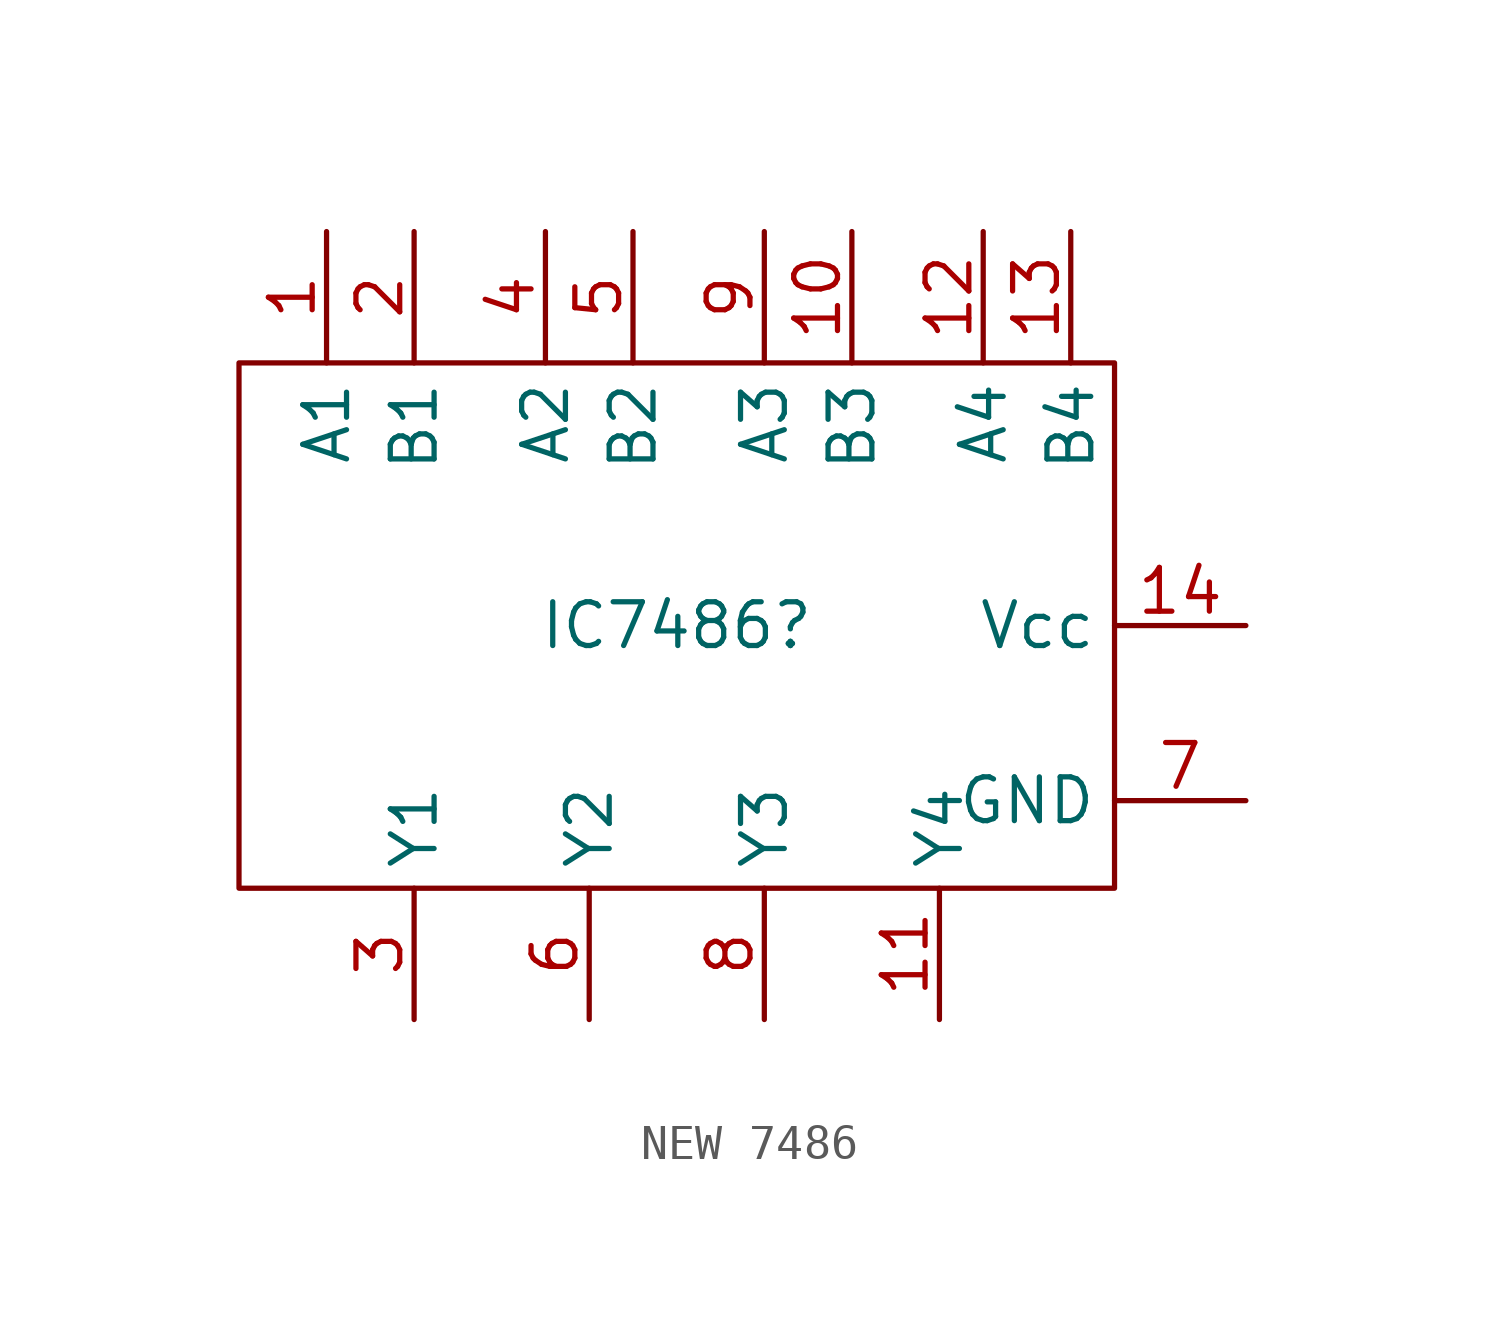
<source format=kicad_sym>
(kicad_symbol_lib
  (version 20241209)
  (generator "kicad_symbol_editor")
  (generator_version "9.0")
  (symbol "NEW 7486"
    (property "Reference" "IC7486"
      (at 0 0 0)
      (effects (font (size 1.27 1.27))))
    (property "Value" ""
      (at 0 0 0)
      (effects (font (size 1.27 1.27))))
    (symbol "NEW 7486_1_1"
      (rectangle (start -12.7 7.62) (end 12.7 -7.62) (stroke (width 0) (type default)) (fill (type none)))
      (pin passive line (at -10.16 11.43 270) (length 3.81) (name "A1" (effects (font (size 1.27 1.27)))) (number "1" (effects (font (size 1.27 1.27)))))
      (pin passive line (at -7.62 11.43 270) (length 3.81) (name "B1" (effects (font (size 1.27 1.27)))) (number "2" (effects (font (size 1.27 1.27)))))
      (pin passive line (at -7.62 -11.43 90) (length 3.81) (name "Y1" (effects (font (size 1.27 1.27)))) (number "3" (effects (font (size 1.27 1.27)))))
      (pin passive line (at -3.81 11.43 270) (length 3.81) (name "A2" (effects (font (size 1.27 1.27)))) (number "4" (effects (font (size 1.27 1.27)))))
      (pin passive line (at -2.54 -11.43 90) (length 3.81) (name "Y2" (effects (font (size 1.27 1.27)))) (number "6" (effects (font (size 1.27 1.27)))))
      (pin passive line (at -1.27 11.43 270) (length 3.81) (name "B2" (effects (font (size 1.27 1.27)))) (number "5" (effects (font (size 1.27 1.27)))))
      (pin passive line (at 2.54 11.43 270) (length 3.81) (name "A3" (effects (font (size 1.27 1.27)))) (number "9" (effects (font (size 1.27 1.27)))))
      (pin passive line (at 2.54 -11.43 90) (length 3.81) (name "Y3" (effects (font (size 1.27 1.27)))) (number "8" (effects (font (size 1.27 1.27)))))
      (pin passive line (at 5.08 11.43 270) (length 3.81) (name "B3" (effects (font (size 1.27 1.27)))) (number "10" (effects (font (size 1.27 1.27)))))
      (pin passive line (at 7.62 -11.43 90) (length 3.81) (name "Y4" (effects (font (size 1.27 1.27)))) (number "11" (effects (font (size 1.27 1.27)))))
      (pin passive line (at 8.89 11.43 270) (length 3.81) (name "A4" (effects (font (size 1.27 1.27)))) (number "12" (effects (font (size 1.27 1.27)))))
      (pin passive line (at 11.43 11.43 270) (length 3.81) (name "B4" (effects (font (size 1.27 1.27)))) (number "13" (effects (font (size 1.27 1.27)))))
      (pin power_in line (at 16.51 0 180) (length 3.81) (name "Vcc" (effects (font (size 1.27 1.27)))) (number "14" (effects (font (size 1.27 1.27)))))
      (pin power_in line (at 16.51 -5.08 180) (length 3.81) (name "GND" (effects (font (size 1.27 1.27)))) (number "7" (effects (font (size 1.27 1.27))))))))
</source>
